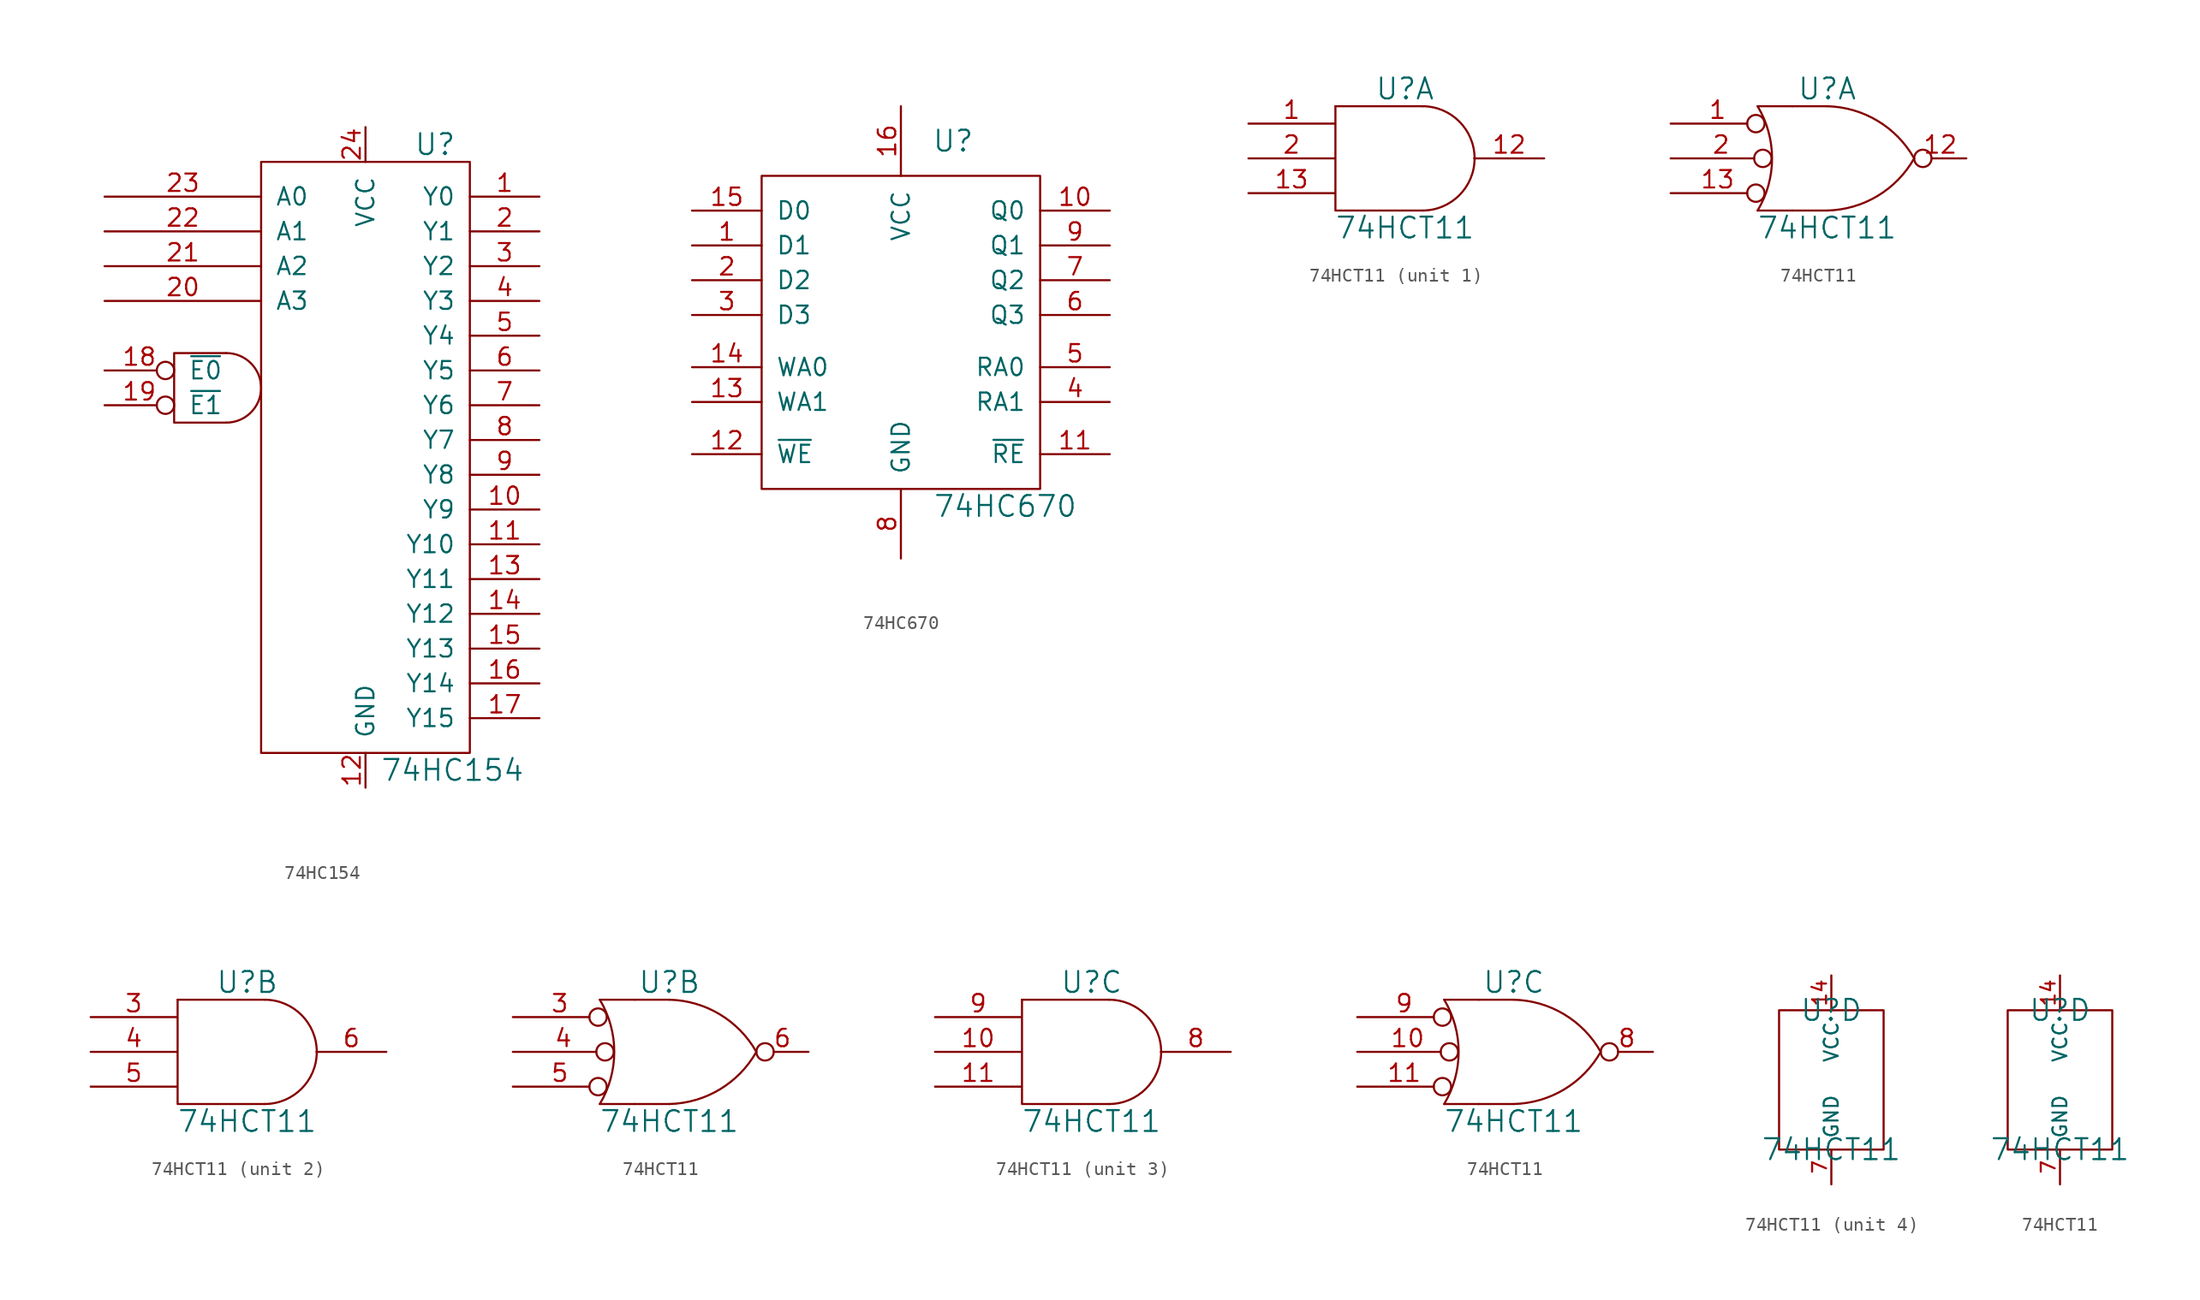
<source format=kicad_sym>
(kicad_symbol_lib
  (version 20211014)
  (generator kicad_symbol_editor)
  (symbol "74HC154"
    (pin_names
      (offset 1.016))
    (property "Reference" "U"
      (at 5.08 22.86 0)
      (effects (font (size 1.524 1.524))))
    (property "Value" "74HC154"
      (at 6.35 -22.86 0)
      (effects (font (size 1.524 1.524))))
    (symbol "74HC154_0_1"
      (arc (start -10.16 2.54) (mid -7.62 5.08) (end -10.16 7.62) (stroke (width 0) (type default) (color 0 0 0 0)) (fill (type none)))
      (rectangle (start -7.62 21.59) (end 7.62 -21.59) (stroke (width 0) (type default) (color 0 0 0 0)) (fill (type none)))
      (polyline (pts (xy -10.16 2.54) (xy -13.97 2.54) (xy -13.97 7.62) (xy -10.16 7.62)) (stroke (width 0) (type default) (color 0 0 0 0)) (fill (type none))))
    (symbol "74HC154_1_1"
      (pin output line (at 12.7 19.05 180) (length 5.08) (name "Y0" (effects (font (size 1.27 1.27)))) (number "1" (effects (font (size 1.27 1.27)))))
      (pin output line (at 12.7 -3.81 180) (length 5.08) (name "Y9" (effects (font (size 1.27 1.27)))) (number "10" (effects (font (size 1.27 1.27)))))
      (pin output line (at 12.7 -6.35 180) (length 5.08) (name "Y10" (effects (font (size 1.27 1.27)))) (number "11" (effects (font (size 1.27 1.27)))))
      (pin power_in line (at 0 -24.13 90) (length 2.54) (name "GND" (effects (font (size 1.27 1.27)))) (number "12" (effects (font (size 1.27 1.27)))))
      (pin output line (at 12.7 -8.89 180) (length 5.08) (name "Y11" (effects (font (size 1.27 1.27)))) (number "13" (effects (font (size 1.27 1.27)))))
      (pin output line (at 12.7 -11.43 180) (length 5.08) (name "Y12" (effects (font (size 1.27 1.27)))) (number "14" (effects (font (size 1.27 1.27)))))
      (pin output line (at 12.7 -13.97 180) (length 5.08) (name "Y13" (effects (font (size 1.27 1.27)))) (number "15" (effects (font (size 1.27 1.27)))))
      (pin output line (at 12.7 -16.51 180) (length 5.08) (name "Y14" (effects (font (size 1.27 1.27)))) (number "16" (effects (font (size 1.27 1.27)))))
      (pin output line (at 12.7 -19.05 180) (length 5.08) (name "Y15" (effects (font (size 1.27 1.27)))) (number "17" (effects (font (size 1.27 1.27)))))
      (pin input inverted (at -19.05 6.35 0) (length 5.08) (name "~{E0}" (effects (font (size 1.27 1.27)))) (number "18" (effects (font (size 1.27 1.27)))))
      (pin input inverted (at -19.05 3.81 0) (length 5.08) (name "~{E1}" (effects (font (size 1.27 1.27)))) (number "19" (effects (font (size 1.27 1.27)))))
      (pin output line (at 12.7 16.51 180) (length 5.08) (name "Y1" (effects (font (size 1.27 1.27)))) (number "2" (effects (font (size 1.27 1.27)))))
      (pin input line (at -19.05 11.43 0) (length 11.43) (name "A3" (effects (font (size 1.27 1.27)))) (number "20" (effects (font (size 1.27 1.27)))))
      (pin input line (at -19.05 13.97 0) (length 11.43) (name "A2" (effects (font (size 1.27 1.27)))) (number "21" (effects (font (size 1.27 1.27)))))
      (pin input line (at -19.05 16.51 0) (length 11.43) (name "A1" (effects (font (size 1.27 1.27)))) (number "22" (effects (font (size 1.27 1.27)))))
      (pin input line (at -19.05 19.05 0) (length 11.43) (name "A0" (effects (font (size 1.27 1.27)))) (number "23" (effects (font (size 1.27 1.27)))))
      (pin power_in line (at 0 24.13 270) (length 2.54) (name "VCC" (effects (font (size 1.27 1.27)))) (number "24" (effects (font (size 1.27 1.27)))))
      (pin output line (at 12.7 13.97 180) (length 5.08) (name "Y2" (effects (font (size 1.27 1.27)))) (number "3" (effects (font (size 1.27 1.27)))))
      (pin output line (at 12.7 11.43 180) (length 5.08) (name "Y3" (effects (font (size 1.27 1.27)))) (number "4" (effects (font (size 1.27 1.27)))))
      (pin output line (at 12.7 8.89 180) (length 5.08) (name "Y4" (effects (font (size 1.27 1.27)))) (number "5" (effects (font (size 1.27 1.27)))))
      (pin output line (at 12.7 6.35 180) (length 5.08) (name "Y5" (effects (font (size 1.27 1.27)))) (number "6" (effects (font (size 1.27 1.27)))))
      (pin output line (at 12.7 3.81 180) (length 5.08) (name "Y6" (effects (font (size 1.27 1.27)))) (number "7" (effects (font (size 1.27 1.27)))))
      (pin output line (at 12.7 1.27 180) (length 5.08) (name "Y7" (effects (font (size 1.27 1.27)))) (number "8" (effects (font (size 1.27 1.27)))))
      (pin output line (at 12.7 -1.27 180) (length 5.08) (name "Y8" (effects (font (size 1.27 1.27)))) (number "9" (effects (font (size 1.27 1.27)))))))
  (symbol "74HC670"
    (pin_names
      (offset 1.016))
    (property "Reference" "U"
      (at 3.81 13.97 0)
      (effects (font (size 1.524 1.524))))
    (property "Value" "74HC670"
      (at 7.62 -12.7 0)
      (effects (font (size 1.524 1.524))))
    (symbol "74HC670_0_1"
      (rectangle (start 10.16 11.43) (end -10.16 -11.43) (stroke (width 0) (type default) (color 0 0 0 0)) (fill (type none))))
    (symbol "74HC670_1_1"
      (pin input line (at -15.24 6.35 0) (length 5.08) (name "D1" (effects (font (size 1.27 1.27)))) (number "1" (effects (font (size 1.27 1.27)))))
      (pin tri_state line (at 15.24 8.89 180) (length 5.08) (name "Q0" (effects (font (size 1.27 1.27)))) (number "10" (effects (font (size 1.27 1.27)))))
      (pin input line (at 15.24 -8.89 180) (length 5.08) (name "~{RE}" (effects (font (size 1.27 1.27)))) (number "11" (effects (font (size 1.27 1.27)))))
      (pin input line (at -15.24 -8.89 0) (length 5.08) (name "~{WE}" (effects (font (size 1.27 1.27)))) (number "12" (effects (font (size 1.27 1.27)))))
      (pin input line (at -15.24 -5.08 0) (length 5.08) (name "WA1" (effects (font (size 1.27 1.27)))) (number "13" (effects (font (size 1.27 1.27)))))
      (pin input line (at -15.24 -2.54 0) (length 5.08) (name "WA0" (effects (font (size 1.27 1.27)))) (number "14" (effects (font (size 1.27 1.27)))))
      (pin input line (at -15.24 8.89 0) (length 5.08) (name "D0" (effects (font (size 1.27 1.27)))) (number "15" (effects (font (size 1.27 1.27)))))
      (pin power_in line (at 0 16.51 270) (length 5.08) (name "VCC" (effects (font (size 1.27 1.27)))) (number "16" (effects (font (size 1.27 1.27)))))
      (pin input line (at -15.24 3.81 0) (length 5.08) (name "D2" (effects (font (size 1.27 1.27)))) (number "2" (effects (font (size 1.27 1.27)))))
      (pin input line (at -15.24 1.27 0) (length 5.08) (name "D3" (effects (font (size 1.27 1.27)))) (number "3" (effects (font (size 1.27 1.27)))))
      (pin input line (at 15.24 -5.08 180) (length 5.08) (name "RA1" (effects (font (size 1.27 1.27)))) (number "4" (effects (font (size 1.27 1.27)))))
      (pin input line (at 15.24 -2.54 180) (length 5.08) (name "RA0" (effects (font (size 1.27 1.27)))) (number "5" (effects (font (size 1.27 1.27)))))
      (pin tri_state line (at 15.24 1.27 180) (length 5.08) (name "Q3" (effects (font (size 1.27 1.27)))) (number "6" (effects (font (size 1.27 1.27)))))
      (pin tri_state line (at 15.24 3.81 180) (length 5.08) (name "Q2" (effects (font (size 1.27 1.27)))) (number "7" (effects (font (size 1.27 1.27)))))
      (pin power_in line (at 0 -16.51 90) (length 5.08) (name "GND" (effects (font (size 1.27 1.27)))) (number "8" (effects (font (size 1.27 1.27)))))
      (pin tri_state line (at 15.24 6.35 180) (length 5.08) (name "Q1" (effects (font (size 1.27 1.27)))) (number "9" (effects (font (size 1.27 1.27)))))))
  (symbol "74HCT11"
    (pin_names
      (offset 0.762))
    (property "Reference" "U"
      (at 0 5.08 0)
      (effects (font (size 1.524 1.524))))
    (property "Value" "74HCT11"
      (at 0 -5.08 0)
      (effects (font (size 1.524 1.524))))
    (symbol "74HCT11_1_1"
      (polyline (pts (xy 1.27 3.81) (xy -5.08 3.81)) (stroke (width 0) (type default) (color 0 0 0 0)) (fill (type none)))
      (polyline (pts (xy -5.08 3.81) (xy -5.08 -3.81) (xy 1.27 -3.81)) (stroke (width 0) (type default) (color 0 0 0 0)) (fill (type none)))
      (arc (start 1.27 -3.81) (mid 5.08 0) (end 1.27 3.81) (stroke (width 0) (type default) (color 0 0 0 0)) (fill (type none)))
      (pin input line (at -11.43 2.54 0) (length 6.299) (name "~" (effects (font (size 1.27 1.27)))) (number "1" (effects (font (size 1.27 1.27)))))
      (pin output line (at 10.16 0 180) (length 5.105) (name "~" (effects (font (size 1.27 1.27)))) (number "12" (effects (font (size 1.27 1.27)))))
      (pin input line (at -11.43 -2.54 0) (length 6.299) (name "~" (effects (font (size 1.27 1.27)))) (number "13" (effects (font (size 1.27 1.27)))))
      (pin input line (at -11.43 0 0) (length 6.299) (name "~" (effects (font (size 1.27 1.27)))) (number "2" (effects (font (size 1.27 1.27))))))
    (symbol "74HCT11_1_2"
      (arc (start -5.08 -3.81) (mid -4.0247 0) (end -5.08 3.81) (stroke (width 0) (type default) (color 0 0 0 0)) (fill (type none)))
      (arc (start 0 -3.81) (mid 3.6784 -2.744) (end 6.35 0) (stroke (width 0) (type default) (color 0 0 0 0)) (fill (type none)))
      (polyline (pts (xy -5.08 -3.81) (xy -2.54 -3.81)) (stroke (width 0) (type default) (color 0 0 0 0)) (fill (type none)))
      (polyline (pts (xy -2.54 -3.81) (xy 0 -3.81)) (stroke (width 0) (type default) (color 0 0 0 0)) (fill (type none)))
      (polyline (pts (xy -2.54 3.81) (xy -5.08 3.81)) (stroke (width 0) (type default) (color 0 0 0 0)) (fill (type none)))
      (polyline (pts (xy -2.54 3.81) (xy 0 3.81)) (stroke (width 0) (type default) (color 0 0 0 0)) (fill (type none)))
      (arc (start 6.35 0) (mid 3.6784 2.744) (end 0 3.81) (stroke (width 0) (type default) (color 0 0 0 0)) (fill (type none)))
      (pin input inverted (at -11.43 2.54 0) (length 6.858) (name "~" (effects (font (size 1.27 1.27)))) (number "1" (effects (font (size 1.27 1.27)))))
      (pin output inverted (at 10.16 0 180) (length 3.81) (name "~" (effects (font (size 1.27 1.27)))) (number "12" (effects (font (size 1.27 1.27)))))
      (pin input inverted (at -11.43 -2.54 0) (length 6.858) (name "~" (effects (font (size 1.27 1.27)))) (number "13" (effects (font (size 1.27 1.27)))))
      (pin input inverted (at -11.43 0 0) (length 7.366) (name "~" (effects (font (size 1.27 1.27)))) (number "2" (effects (font (size 1.27 1.27))))))
    (symbol "74HCT11_2_1"
      (polyline (pts (xy 1.27 3.81) (xy -5.08 3.81)) (stroke (width 0) (type default) (color 0 0 0 0)) (fill (type none)))
      (polyline (pts (xy -5.08 3.81) (xy -5.08 -3.81) (xy 1.27 -3.81)) (stroke (width 0) (type default) (color 0 0 0 0)) (fill (type none)))
      (arc (start 1.27 -3.81) (mid 5.08 0) (end 1.27 3.81) (stroke (width 0) (type default) (color 0 0 0 0)) (fill (type none)))
      (pin input line (at -11.43 2.54 0) (length 6.299) (name "~" (effects (font (size 1.27 1.27)))) (number "3" (effects (font (size 1.27 1.27)))))
      (pin input line (at -11.43 0 0) (length 6.299) (name "~" (effects (font (size 1.27 1.27)))) (number "4" (effects (font (size 1.27 1.27)))))
      (pin input line (at -11.43 -2.54 0) (length 6.299) (name "~" (effects (font (size 1.27 1.27)))) (number "5" (effects (font (size 1.27 1.27)))))
      (pin output line (at 10.16 0 180) (length 5.105) (name "~" (effects (font (size 1.27 1.27)))) (number "6" (effects (font (size 1.27 1.27))))))
    (symbol "74HCT11_2_2"
      (arc (start -5.08 -3.81) (mid -4.0247 0) (end -5.08 3.81) (stroke (width 0) (type default) (color 0 0 0 0)) (fill (type none)))
      (arc (start 0 -3.81) (mid 3.6784 -2.744) (end 6.35 0) (stroke (width 0) (type default) (color 0 0 0 0)) (fill (type none)))
      (polyline (pts (xy -5.08 -3.81) (xy -2.54 -3.81)) (stroke (width 0) (type default) (color 0 0 0 0)) (fill (type none)))
      (polyline (pts (xy -2.54 -3.81) (xy 0 -3.81)) (stroke (width 0) (type default) (color 0 0 0 0)) (fill (type none)))
      (polyline (pts (xy -2.54 3.81) (xy -5.08 3.81)) (stroke (width 0) (type default) (color 0 0 0 0)) (fill (type none)))
      (polyline (pts (xy -2.54 3.81) (xy 0 3.81)) (stroke (width 0) (type default) (color 0 0 0 0)) (fill (type none)))
      (arc (start 6.35 0) (mid 3.6784 2.744) (end 0 3.81) (stroke (width 0) (type default) (color 0 0 0 0)) (fill (type none)))
      (pin input inverted (at -11.43 2.54 0) (length 6.858) (name "~" (effects (font (size 1.27 1.27)))) (number "3" (effects (font (size 1.27 1.27)))))
      (pin input inverted (at -11.43 0 0) (length 7.366) (name "~" (effects (font (size 1.27 1.27)))) (number "4" (effects (font (size 1.27 1.27)))))
      (pin input inverted (at -11.43 -2.54 0) (length 6.858) (name "~" (effects (font (size 1.27 1.27)))) (number "5" (effects (font (size 1.27 1.27)))))
      (pin output inverted (at 10.16 0 180) (length 3.81) (name "~" (effects (font (size 1.27 1.27)))) (number "6" (effects (font (size 1.27 1.27))))))
    (symbol "74HCT11_3_1"
      (polyline (pts (xy 1.27 3.81) (xy -5.08 3.81)) (stroke (width 0) (type default) (color 0 0 0 0)) (fill (type none)))
      (polyline (pts (xy -5.08 3.81) (xy -5.08 -3.81) (xy 1.27 -3.81)) (stroke (width 0) (type default) (color 0 0 0 0)) (fill (type none)))
      (arc (start 1.27 -3.81) (mid 5.08 0) (end 1.27 3.81) (stroke (width 0) (type default) (color 0 0 0 0)) (fill (type none)))
      (pin input line (at -11.43 0 0) (length 6.299) (name "~" (effects (font (size 1.27 1.27)))) (number "10" (effects (font (size 1.27 1.27)))))
      (pin input line (at -11.43 -2.54 0) (length 6.299) (name "~" (effects (font (size 1.27 1.27)))) (number "11" (effects (font (size 1.27 1.27)))))
      (pin output line (at 10.16 0 180) (length 5.105) (name "~" (effects (font (size 1.27 1.27)))) (number "8" (effects (font (size 1.27 1.27)))))
      (pin input line (at -11.43 2.54 0) (length 6.299) (name "~" (effects (font (size 1.27 1.27)))) (number "9" (effects (font (size 1.27 1.27))))))
    (symbol "74HCT11_3_2"
      (arc (start -5.08 -3.81) (mid -4.0247 0) (end -5.08 3.81) (stroke (width 0) (type default) (color 0 0 0 0)) (fill (type none)))
      (arc (start 0 -3.81) (mid 3.6784 -2.744) (end 6.35 0) (stroke (width 0) (type default) (color 0 0 0 0)) (fill (type none)))
      (polyline (pts (xy -5.08 -3.81) (xy -2.54 -3.81)) (stroke (width 0) (type default) (color 0 0 0 0)) (fill (type none)))
      (polyline (pts (xy -2.54 -3.81) (xy 0 -3.81)) (stroke (width 0) (type default) (color 0 0 0 0)) (fill (type none)))
      (polyline (pts (xy -2.54 3.81) (xy -5.08 3.81)) (stroke (width 0) (type default) (color 0 0 0 0)) (fill (type none)))
      (polyline (pts (xy -2.54 3.81) (xy 0 3.81)) (stroke (width 0) (type default) (color 0 0 0 0)) (fill (type none)))
      (arc (start 6.35 0) (mid 3.6784 2.744) (end 0 3.81) (stroke (width 0) (type default) (color 0 0 0 0)) (fill (type none)))
      (pin input inverted (at -11.43 0 0) (length 7.366) (name "~" (effects (font (size 1.27 1.27)))) (number "10" (effects (font (size 1.27 1.27)))))
      (pin input inverted (at -11.43 -2.54 0) (length 6.858) (name "~" (effects (font (size 1.27 1.27)))) (number "11" (effects (font (size 1.27 1.27)))))
      (pin output inverted (at 10.16 0 180) (length 3.81) (name "~" (effects (font (size 1.27 1.27)))) (number "8" (effects (font (size 1.27 1.27)))))
      (pin input inverted (at -11.43 2.54 0) (length 6.858) (name "~" (effects (font (size 1.27 1.27)))) (number "9" (effects (font (size 1.27 1.27))))))
    (symbol "74HCT11_4_0"
      (rectangle (start -3.81 -5.08) (end 3.81 5.08) (stroke (width 0) (type default) (color 0 0 0 0)) (fill (type none)))
      (pin power_in line (at 0 7.62 270) (length 2.54) (name "VCC" (effects (font (size 1.016 1.016)))) (number "14" (effects (font (size 1.016 1.016)))))
      (pin power_in line (at 0 -7.62 90) (length 2.54) (name "GND" (effects (font (size 1.016 1.016)))) (number "7" (effects (font (size 1.016 1.016))))))))
</source>
